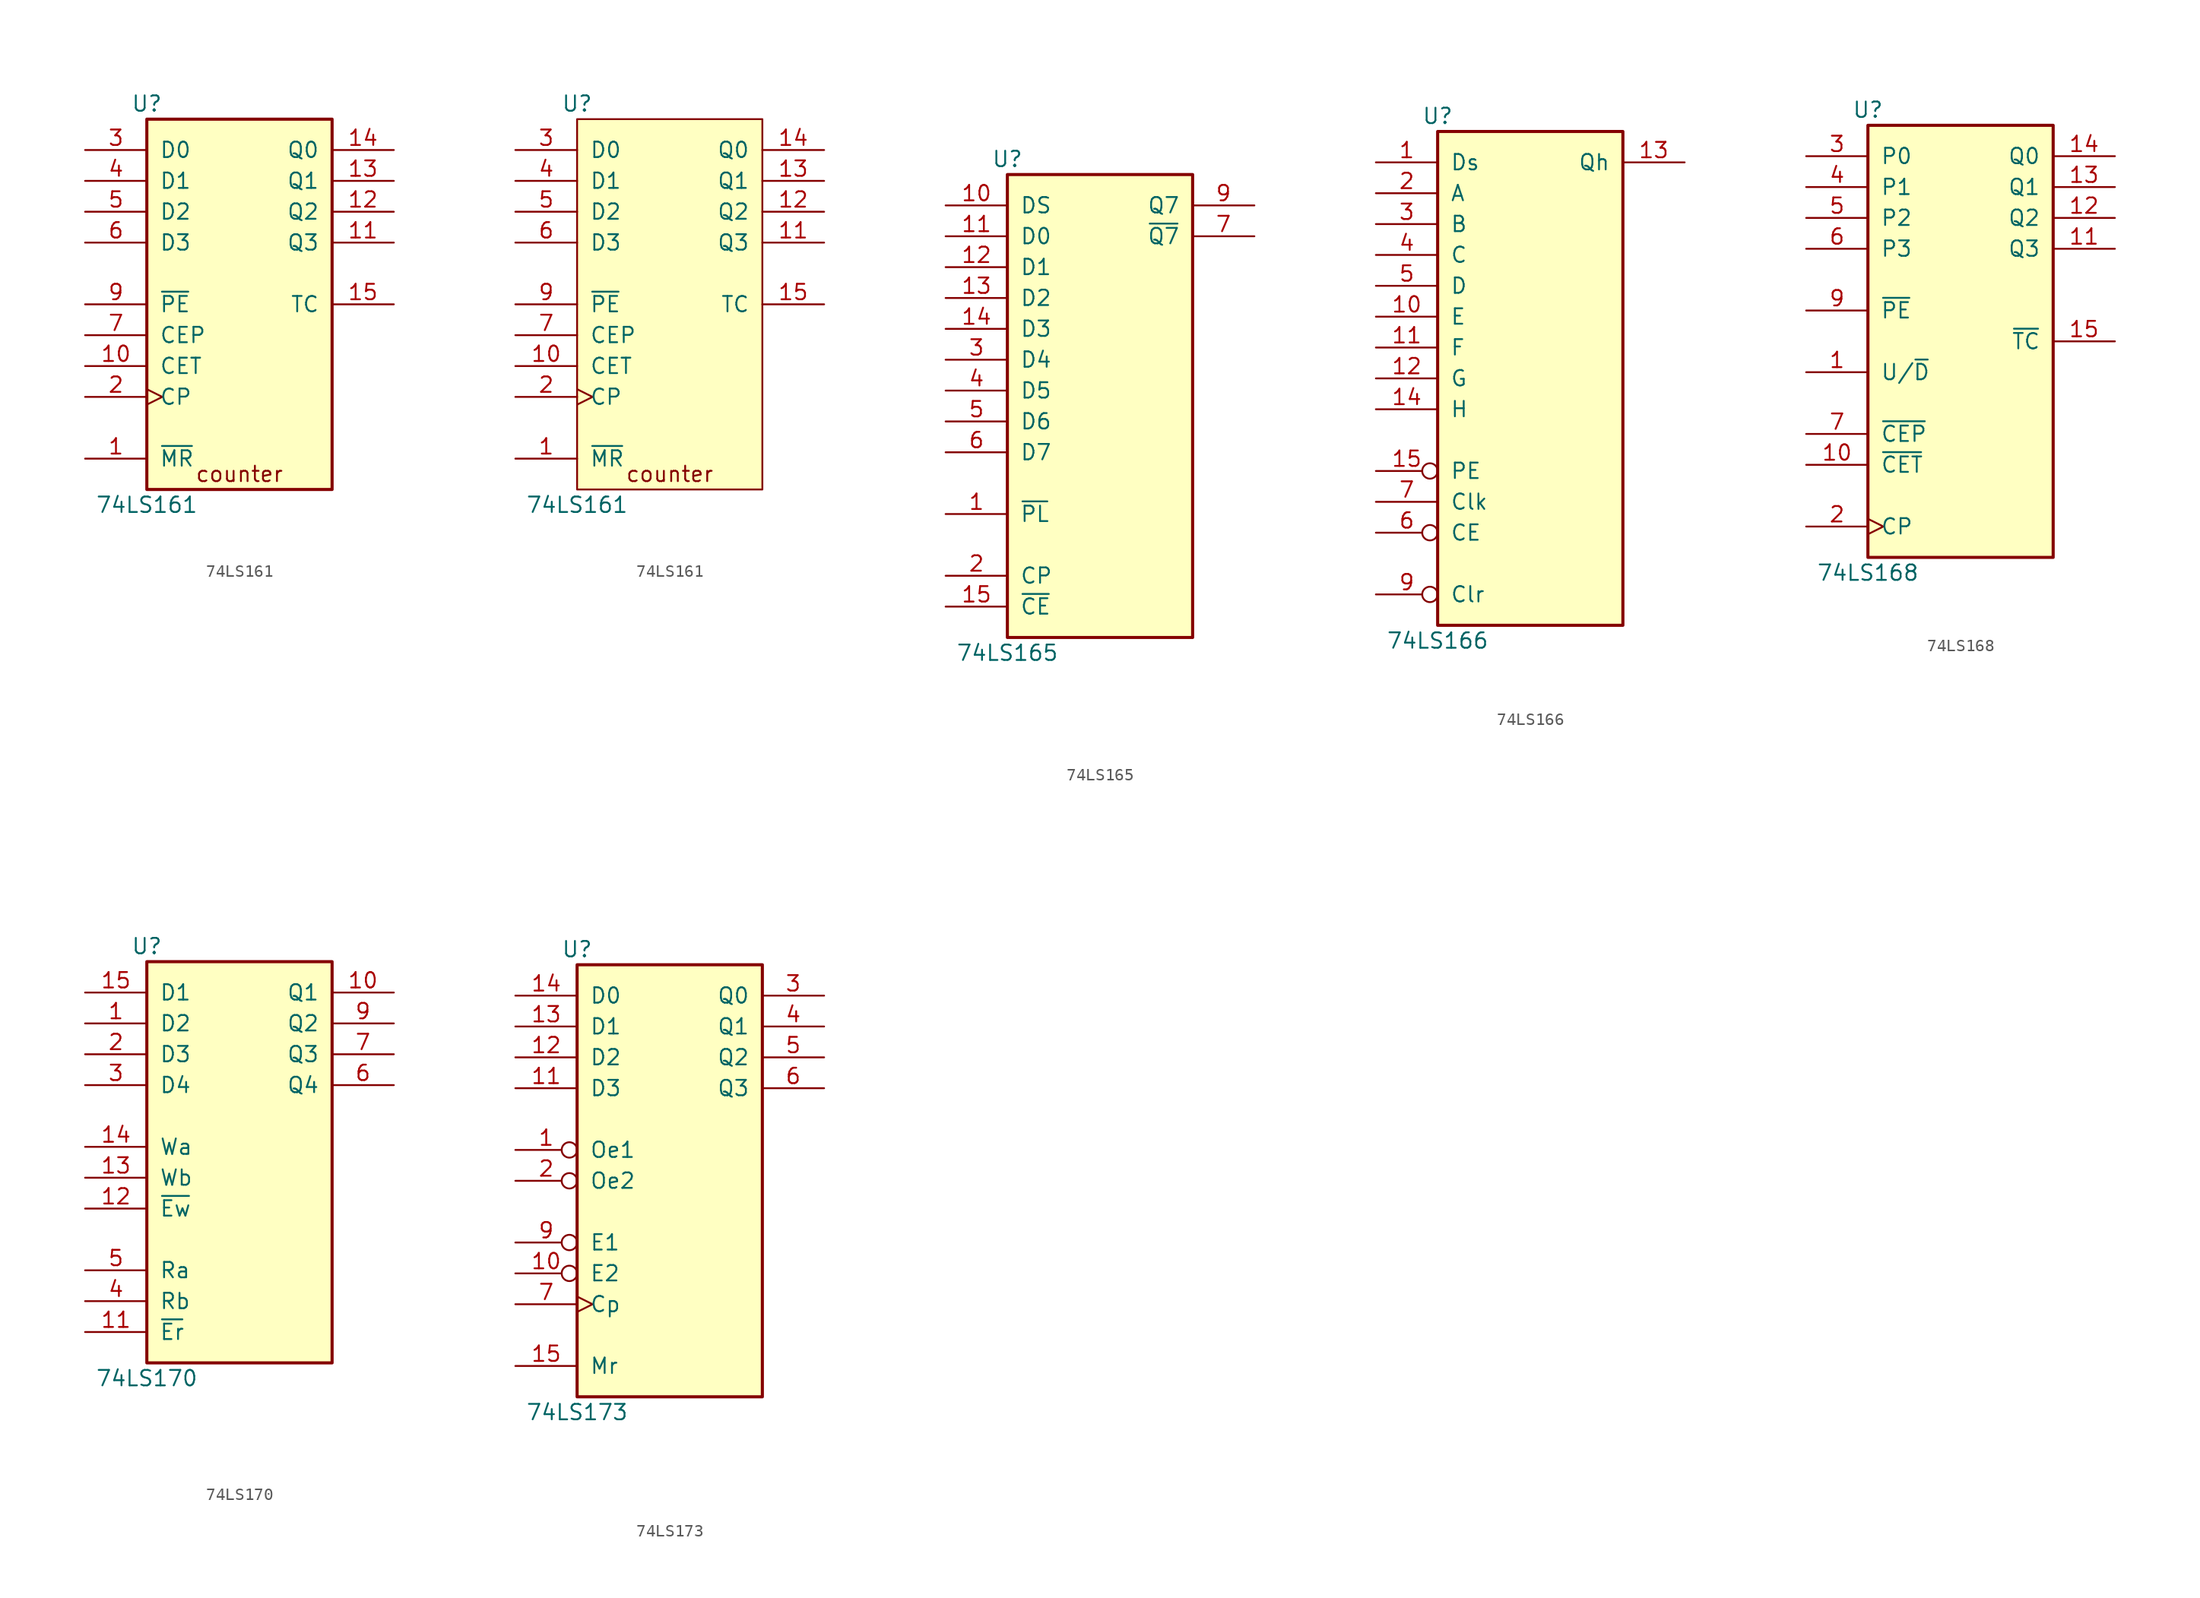
<source format=kicad_sym>
(kicad_symbol_lib
  (version 20211014)
  (generator kicad_symbol_editor)
  (symbol "74LS161"
    (pin_names
      (offset 1.016))
    (property "Reference" "U"
      (at -7.62 16.51 0)
      (effects (font (size 1.27 1.27))))
    (property "Value" "74LS161"
      (at -7.62 -16.51 0)
      (effects (font (size 1.27 1.27))))
    (symbol "74LS161_0_0"
      (text "counter" (at 0 -13.97 0) (effects (font (size 1.27 1.27)))))
    (symbol "74LS161_0_2"
      (rectangle (start -7.62 15.24) (end 7.62 -15.24) (stroke (width 0) (type default) (color 0 0 0 0)) (fill (type background))))
    (symbol "74LS161_1_0"
      (pin input line (at -12.7 -12.7 0) (length 5.08) (name "~{MR}" (effects (font (size 1.27 1.27)))) (number "1" (effects (font (size 1.27 1.27)))))
      (pin input line (at -12.7 -5.08 0) (length 5.08) (name "CET" (effects (font (size 1.27 1.27)))) (number "10" (effects (font (size 1.27 1.27)))))
      (pin output line (at 12.7 5.08 180) (length 5.08) (name "Q3" (effects (font (size 1.27 1.27)))) (number "11" (effects (font (size 1.27 1.27)))))
      (pin output line (at 12.7 7.62 180) (length 5.08) (name "Q2" (effects (font (size 1.27 1.27)))) (number "12" (effects (font (size 1.27 1.27)))))
      (pin output line (at 12.7 10.16 180) (length 5.08) (name "Q1" (effects (font (size 1.27 1.27)))) (number "13" (effects (font (size 1.27 1.27)))))
      (pin output line (at 12.7 12.7 180) (length 5.08) (name "Q0" (effects (font (size 1.27 1.27)))) (number "14" (effects (font (size 1.27 1.27)))))
      (pin output line (at 12.7 0 180) (length 5.08) (name "TC" (effects (font (size 1.27 1.27)))) (number "15" (effects (font (size 1.27 1.27)))))
      (pin input clock (at -12.7 -7.62 0) (length 5.08) (name "CP" (effects (font (size 1.27 1.27)))) (number "2" (effects (font (size 1.27 1.27)))))
      (pin input line (at -12.7 12.7 0) (length 5.08) (name "D0" (effects (font (size 1.27 1.27)))) (number "3" (effects (font (size 1.27 1.27)))))
      (pin input line (at -12.7 10.16 0) (length 5.08) (name "D1" (effects (font (size 1.27 1.27)))) (number "4" (effects (font (size 1.27 1.27)))))
      (pin input line (at -12.7 7.62 0) (length 5.08) (name "D2" (effects (font (size 1.27 1.27)))) (number "5" (effects (font (size 1.27 1.27)))))
      (pin input line (at -12.7 5.08 0) (length 5.08) (name "D3" (effects (font (size 1.27 1.27)))) (number "6" (effects (font (size 1.27 1.27)))))
      (pin input line (at -12.7 -2.54 0) (length 5.08) (name "CEP" (effects (font (size 1.27 1.27)))) (number "7" (effects (font (size 1.27 1.27)))))
      (pin input line (at -12.7 0 0) (length 5.08) (name "~{PE}" (effects (font (size 1.27 1.27)))) (number "9" (effects (font (size 1.27 1.27))))))
    (symbol "74LS161_1_1"
      (rectangle (start -7.62 15.24) (end 7.62 -15.24) (stroke (width 0.254) (type default) (color 0 0 0 0)) (fill (type background)))))
  (symbol "74LS165"
    (pin_names
      (offset 1.016))
    (property "Reference" "U"
      (at -7.62 19.05 0)
      (effects (font (size 1.27 1.27))))
    (property "Value" "74LS165"
      (at -7.62 -21.59 0)
      (effects (font (size 1.27 1.27))))
    (property "ki_locked" ""
      (at 0 0 0)
      (effects (font (size 1.27 1.27))))
    (symbol "74LS165_1_0"
      (pin input line (at -12.7 -10.16 0) (length 5.08) (name "~{PL}" (effects (font (size 1.27 1.27)))) (number "1" (effects (font (size 1.27 1.27)))))
      (pin input line (at -12.7 15.24 0) (length 5.08) (name "DS" (effects (font (size 1.27 1.27)))) (number "10" (effects (font (size 1.27 1.27)))))
      (pin input line (at -12.7 12.7 0) (length 5.08) (name "D0" (effects (font (size 1.27 1.27)))) (number "11" (effects (font (size 1.27 1.27)))))
      (pin input line (at -12.7 10.16 0) (length 5.08) (name "D1" (effects (font (size 1.27 1.27)))) (number "12" (effects (font (size 1.27 1.27)))))
      (pin input line (at -12.7 7.62 0) (length 5.08) (name "D2" (effects (font (size 1.27 1.27)))) (number "13" (effects (font (size 1.27 1.27)))))
      (pin input line (at -12.7 5.08 0) (length 5.08) (name "D3" (effects (font (size 1.27 1.27)))) (number "14" (effects (font (size 1.27 1.27)))))
      (pin input line (at -12.7 -17.78 0) (length 5.08) (name "~{CE}" (effects (font (size 1.27 1.27)))) (number "15" (effects (font (size 1.27 1.27)))))
      (pin input line (at 0 22.86 270) (length 5.08) hide (name "VCC" (effects (font (size 1.27 1.27)))) (number "16" (effects (font (size 1.27 1.27)))))
      (pin input line (at -12.7 -15.24 0) (length 5.08) (name "CP" (effects (font (size 1.27 1.27)))) (number "2" (effects (font (size 1.27 1.27)))))
      (pin input line (at -12.7 2.54 0) (length 5.08) (name "D4" (effects (font (size 1.27 1.27)))) (number "3" (effects (font (size 1.27 1.27)))))
      (pin input line (at -12.7 0 0) (length 5.08) (name "D5" (effects (font (size 1.27 1.27)))) (number "4" (effects (font (size 1.27 1.27)))))
      (pin input line (at -12.7 -2.54 0) (length 5.08) (name "D6" (effects (font (size 1.27 1.27)))) (number "5" (effects (font (size 1.27 1.27)))))
      (pin input line (at -12.7 -5.08 0) (length 5.08) (name "D7" (effects (font (size 1.27 1.27)))) (number "6" (effects (font (size 1.27 1.27)))))
      (pin output line (at 12.7 12.7 180) (length 5.08) (name "~{Q7}" (effects (font (size 1.27 1.27)))) (number "7" (effects (font (size 1.27 1.27)))))
      (pin input line (at 0 -25.4 90) (length 5.08) hide (name "GND" (effects (font (size 1.27 1.27)))) (number "8" (effects (font (size 1.27 1.27)))))
      (pin output line (at 12.7 15.24 180) (length 5.08) (name "Q7" (effects (font (size 1.27 1.27)))) (number "9" (effects (font (size 1.27 1.27))))))
    (symbol "74LS165_1_1"
      (rectangle (start -7.62 17.78) (end 7.62 -20.32) (stroke (width 0.254) (type default) (color 0 0 0 0)) (fill (type background)))))
  (symbol "74LS166"
    (pin_names
      (offset 1.016))
    (property "Reference" "U"
      (at -7.62 21.59 0)
      (effects (font (size 1.27 1.27))))
    (property "Value" "74LS166"
      (at -7.62 -21.59 0)
      (effects (font (size 1.27 1.27))))
    (property "ki_locked" ""
      (at 0 0 0)
      (effects (font (size 1.27 1.27))))
    (symbol "74LS166_1_0"
      (pin input line (at -12.7 17.78 0) (length 5.08) (name "Ds" (effects (font (size 1.27 1.27)))) (number "1" (effects (font (size 1.27 1.27)))))
      (pin input line (at -12.7 5.08 0) (length 5.08) (name "E" (effects (font (size 1.27 1.27)))) (number "10" (effects (font (size 1.27 1.27)))))
      (pin input line (at -12.7 2.54 0) (length 5.08) (name "F" (effects (font (size 1.27 1.27)))) (number "11" (effects (font (size 1.27 1.27)))))
      (pin input line (at -12.7 0 0) (length 5.08) (name "G" (effects (font (size 1.27 1.27)))) (number "12" (effects (font (size 1.27 1.27)))))
      (pin output line (at 12.7 17.78 180) (length 5.08) (name "Qh" (effects (font (size 1.27 1.27)))) (number "13" (effects (font (size 1.27 1.27)))))
      (pin input line (at -12.7 -2.54 0) (length 5.08) (name "H" (effects (font (size 1.27 1.27)))) (number "14" (effects (font (size 1.27 1.27)))))
      (pin input inverted (at -12.7 -7.62 0) (length 5.08) (name "PE" (effects (font (size 1.27 1.27)))) (number "15" (effects (font (size 1.27 1.27)))))
      (pin power_in line (at 0 20.32 270) (length 5.08) hide (name "VCC" (effects (font (size 1.27 1.27)))) (number "16" (effects (font (size 1.27 1.27)))))
      (pin input line (at -12.7 15.24 0) (length 5.08) (name "A" (effects (font (size 1.27 1.27)))) (number "2" (effects (font (size 1.27 1.27)))))
      (pin input line (at -12.7 12.7 0) (length 5.08) (name "B" (effects (font (size 1.27 1.27)))) (number "3" (effects (font (size 1.27 1.27)))))
      (pin input line (at -12.7 10.16 0) (length 5.08) (name "C" (effects (font (size 1.27 1.27)))) (number "4" (effects (font (size 1.27 1.27)))))
      (pin input line (at -12.7 7.62 0) (length 5.08) (name "D" (effects (font (size 1.27 1.27)))) (number "5" (effects (font (size 1.27 1.27)))))
      (pin input inverted (at -12.7 -12.7 0) (length 5.08) (name "CE" (effects (font (size 1.27 1.27)))) (number "6" (effects (font (size 1.27 1.27)))))
      (pin input line (at -12.7 -10.16 0) (length 5.08) (name "Clk" (effects (font (size 1.27 1.27)))) (number "7" (effects (font (size 1.27 1.27)))))
      (pin power_in line (at 0 -20.32 90) (length 5.08) hide (name "VSS" (effects (font (size 1.27 1.27)))) (number "8" (effects (font (size 1.27 1.27)))))
      (pin input inverted (at -12.7 -17.78 0) (length 5.08) (name "Clr" (effects (font (size 1.27 1.27)))) (number "9" (effects (font (size 1.27 1.27))))))
    (symbol "74LS166_1_1"
      (rectangle (start -7.62 20.32) (end 7.62 -20.32) (stroke (width 0.254) (type default) (color 0 0 0 0)) (fill (type background)))))
  (symbol "74LS168"
    (pin_names
      (offset 1.016))
    (property "Reference" "U"
      (at -7.62 19.05 0)
      (effects (font (size 1.27 1.27))))
    (property "Value" "74LS168"
      (at -7.62 -19.05 0)
      (effects (font (size 1.27 1.27))))
    (property "ki_locked" ""
      (at 0 0 0)
      (effects (font (size 1.27 1.27))))
    (symbol "74LS168_1_0"
      (pin input line (at -12.7 -2.54 0) (length 5.08) (name "U/~{D}" (effects (font (size 1.27 1.27)))) (number "1" (effects (font (size 1.27 1.27)))))
      (pin input line (at -12.7 -10.16 0) (length 5.08) (name "~{CET}" (effects (font (size 1.27 1.27)))) (number "10" (effects (font (size 1.27 1.27)))))
      (pin output line (at 12.7 7.62 180) (length 5.08) (name "Q3" (effects (font (size 1.27 1.27)))) (number "11" (effects (font (size 1.27 1.27)))))
      (pin output line (at 12.7 10.16 180) (length 5.08) (name "Q2" (effects (font (size 1.27 1.27)))) (number "12" (effects (font (size 1.27 1.27)))))
      (pin output line (at 12.7 12.7 180) (length 5.08) (name "Q1" (effects (font (size 1.27 1.27)))) (number "13" (effects (font (size 1.27 1.27)))))
      (pin output line (at 12.7 15.24 180) (length 5.08) (name "Q0" (effects (font (size 1.27 1.27)))) (number "14" (effects (font (size 1.27 1.27)))))
      (pin output line (at 12.7 0 180) (length 5.08) (name "~{TC}" (effects (font (size 1.27 1.27)))) (number "15" (effects (font (size 1.27 1.27)))))
      (pin power_in line (at 0 17.78 270) (length 5.08) hide (name "VCC" (effects (font (size 1.27 1.27)))) (number "16" (effects (font (size 1.27 1.27)))))
      (pin input clock (at -12.7 -15.24 0) (length 5.08) (name "CP" (effects (font (size 1.27 1.27)))) (number "2" (effects (font (size 1.27 1.27)))))
      (pin input line (at -12.7 15.24 0) (length 5.08) (name "P0" (effects (font (size 1.27 1.27)))) (number "3" (effects (font (size 1.27 1.27)))))
      (pin input line (at -12.7 12.7 0) (length 5.08) (name "P1" (effects (font (size 1.27 1.27)))) (number "4" (effects (font (size 1.27 1.27)))))
      (pin input line (at -12.7 10.16 0) (length 5.08) (name "P2" (effects (font (size 1.27 1.27)))) (number "5" (effects (font (size 1.27 1.27)))))
      (pin input line (at -12.7 7.62 0) (length 5.08) (name "P3" (effects (font (size 1.27 1.27)))) (number "6" (effects (font (size 1.27 1.27)))))
      (pin input line (at -12.7 -7.62 0) (length 5.08) (name "~{CEP}" (effects (font (size 1.27 1.27)))) (number "7" (effects (font (size 1.27 1.27)))))
      (pin power_in line (at 0 -17.78 90) (length 5.08) hide (name "VSS" (effects (font (size 1.27 1.27)))) (number "8" (effects (font (size 1.27 1.27)))))
      (pin input line (at -12.7 2.54 0) (length 5.08) (name "~{PE}" (effects (font (size 1.27 1.27)))) (number "9" (effects (font (size 1.27 1.27))))))
    (symbol "74LS168_1_1"
      (rectangle (start -7.62 17.78) (end 7.62 -17.78) (stroke (width 0.254) (type default) (color 0 0 0 0)) (fill (type background)))))
  (symbol "74LS170"
    (pin_names
      (offset 1.016))
    (property "Reference" "U"
      (at -7.62 16.51 0)
      (effects (font (size 1.27 1.27))))
    (property "Value" "74LS170"
      (at -7.62 -19.05 0)
      (effects (font (size 1.27 1.27))))
    (property "ki_locked" ""
      (at 0 0 0)
      (effects (font (size 1.27 1.27))))
    (symbol "74LS170_1_0"
      (pin input line (at -12.7 10.16 0) (length 5.08) (name "D2" (effects (font (size 1.27 1.27)))) (number "1" (effects (font (size 1.27 1.27)))))
      (pin tri_state line (at 12.7 12.7 180) (length 5.08) (name "Q1" (effects (font (size 1.27 1.27)))) (number "10" (effects (font (size 1.27 1.27)))))
      (pin input line (at -12.7 -15.24 0) (length 5.08) (name "~{Er}" (effects (font (size 1.27 1.27)))) (number "11" (effects (font (size 1.27 1.27)))))
      (pin input line (at -12.7 -5.08 0) (length 5.08) (name "~{Ew}" (effects (font (size 1.27 1.27)))) (number "12" (effects (font (size 1.27 1.27)))))
      (pin input line (at -12.7 -2.54 0) (length 5.08) (name "Wb" (effects (font (size 1.27 1.27)))) (number "13" (effects (font (size 1.27 1.27)))))
      (pin input line (at -12.7 0 0) (length 5.08) (name "Wa" (effects (font (size 1.27 1.27)))) (number "14" (effects (font (size 1.27 1.27)))))
      (pin input line (at -12.7 12.7 0) (length 5.08) (name "D1" (effects (font (size 1.27 1.27)))) (number "15" (effects (font (size 1.27 1.27)))))
      (pin input line (at 0 20.32 270) (length 5.08) hide (name "VCC" (effects (font (size 1.27 1.27)))) (number "16" (effects (font (size 1.27 1.27)))))
      (pin input line (at -12.7 7.62 0) (length 5.08) (name "D3" (effects (font (size 1.27 1.27)))) (number "2" (effects (font (size 1.27 1.27)))))
      (pin input line (at -12.7 5.08 0) (length 5.08) (name "D4" (effects (font (size 1.27 1.27)))) (number "3" (effects (font (size 1.27 1.27)))))
      (pin input line (at -12.7 -12.7 0) (length 5.08) (name "Rb" (effects (font (size 1.27 1.27)))) (number "4" (effects (font (size 1.27 1.27)))))
      (pin input line (at -12.7 -10.16 0) (length 5.08) (name "Ra" (effects (font (size 1.27 1.27)))) (number "5" (effects (font (size 1.27 1.27)))))
      (pin tri_state line (at 12.7 5.08 180) (length 5.08) (name "Q4" (effects (font (size 1.27 1.27)))) (number "6" (effects (font (size 1.27 1.27)))))
      (pin tri_state line (at 12.7 7.62 180) (length 5.08) (name "Q3" (effects (font (size 1.27 1.27)))) (number "7" (effects (font (size 1.27 1.27)))))
      (pin input line (at 0 -22.86 90) (length 5.08) hide (name "GND" (effects (font (size 1.27 1.27)))) (number "8" (effects (font (size 1.27 1.27)))))
      (pin tri_state line (at 12.7 10.16 180) (length 5.08) (name "Q2" (effects (font (size 1.27 1.27)))) (number "9" (effects (font (size 1.27 1.27))))))
    (symbol "74LS170_1_1"
      (rectangle (start -7.62 15.24) (end 7.62 -17.78) (stroke (width 0.254) (type default) (color 0 0 0 0)) (fill (type background)))))
  (symbol "74LS173"
    (pin_names
      (offset 1.016))
    (property "Reference" "U"
      (at -7.62 19.05 0)
      (effects (font (size 1.27 1.27))))
    (property "Value" "74LS173"
      (at -7.62 -19.05 0)
      (effects (font (size 1.27 1.27))))
    (property "ki_locked" ""
      (at 0 0 0)
      (effects (font (size 1.27 1.27))))
    (symbol "74LS173_1_0"
      (pin input inverted (at -12.7 2.54 0) (length 5.08) (name "Oe1" (effects (font (size 1.27 1.27)))) (number "1" (effects (font (size 1.27 1.27)))))
      (pin input inverted (at -12.7 -7.62 0) (length 5.08) (name "E2" (effects (font (size 1.27 1.27)))) (number "10" (effects (font (size 1.27 1.27)))))
      (pin input line (at -12.7 7.62 0) (length 5.08) (name "D3" (effects (font (size 1.27 1.27)))) (number "11" (effects (font (size 1.27 1.27)))))
      (pin input line (at -12.7 10.16 0) (length 5.08) (name "D2" (effects (font (size 1.27 1.27)))) (number "12" (effects (font (size 1.27 1.27)))))
      (pin input line (at -12.7 12.7 0) (length 5.08) (name "D1" (effects (font (size 1.27 1.27)))) (number "13" (effects (font (size 1.27 1.27)))))
      (pin input line (at -12.7 15.24 0) (length 5.08) (name "D0" (effects (font (size 1.27 1.27)))) (number "14" (effects (font (size 1.27 1.27)))))
      (pin input line (at -12.7 -15.24 0) (length 5.08) (name "Mr" (effects (font (size 1.27 1.27)))) (number "15" (effects (font (size 1.27 1.27)))))
      (pin input line (at 0 22.86 270) (length 5.08) hide (name "VCC" (effects (font (size 1.27 1.27)))) (number "16" (effects (font (size 1.27 1.27)))))
      (pin input inverted (at -12.7 0 0) (length 5.08) (name "Oe2" (effects (font (size 1.27 1.27)))) (number "2" (effects (font (size 1.27 1.27)))))
      (pin tri_state line (at 12.7 15.24 180) (length 5.08) (name "Q0" (effects (font (size 1.27 1.27)))) (number "3" (effects (font (size 1.27 1.27)))))
      (pin tri_state line (at 12.7 12.7 180) (length 5.08) (name "Q1" (effects (font (size 1.27 1.27)))) (number "4" (effects (font (size 1.27 1.27)))))
      (pin tri_state line (at 12.7 10.16 180) (length 5.08) (name "Q2" (effects (font (size 1.27 1.27)))) (number "5" (effects (font (size 1.27 1.27)))))
      (pin tri_state line (at 12.7 7.62 180) (length 5.08) (name "Q3" (effects (font (size 1.27 1.27)))) (number "6" (effects (font (size 1.27 1.27)))))
      (pin input clock (at -12.7 -10.16 0) (length 5.08) (name "Cp" (effects (font (size 1.27 1.27)))) (number "7" (effects (font (size 1.27 1.27)))))
      (pin input line (at 0 -22.86 90) (length 5.08) hide (name "GND" (effects (font (size 1.27 1.27)))) (number "8" (effects (font (size 1.27 1.27)))))
      (pin input inverted (at -12.7 -5.08 0) (length 5.08) (name "E1" (effects (font (size 1.27 1.27)))) (number "9" (effects (font (size 1.27 1.27))))))
    (symbol "74LS173_1_1"
      (rectangle (start -7.62 17.78) (end 7.62 -17.78) (stroke (width 0.254) (type default) (color 0 0 0 0)) (fill (type background))))))
</source>
